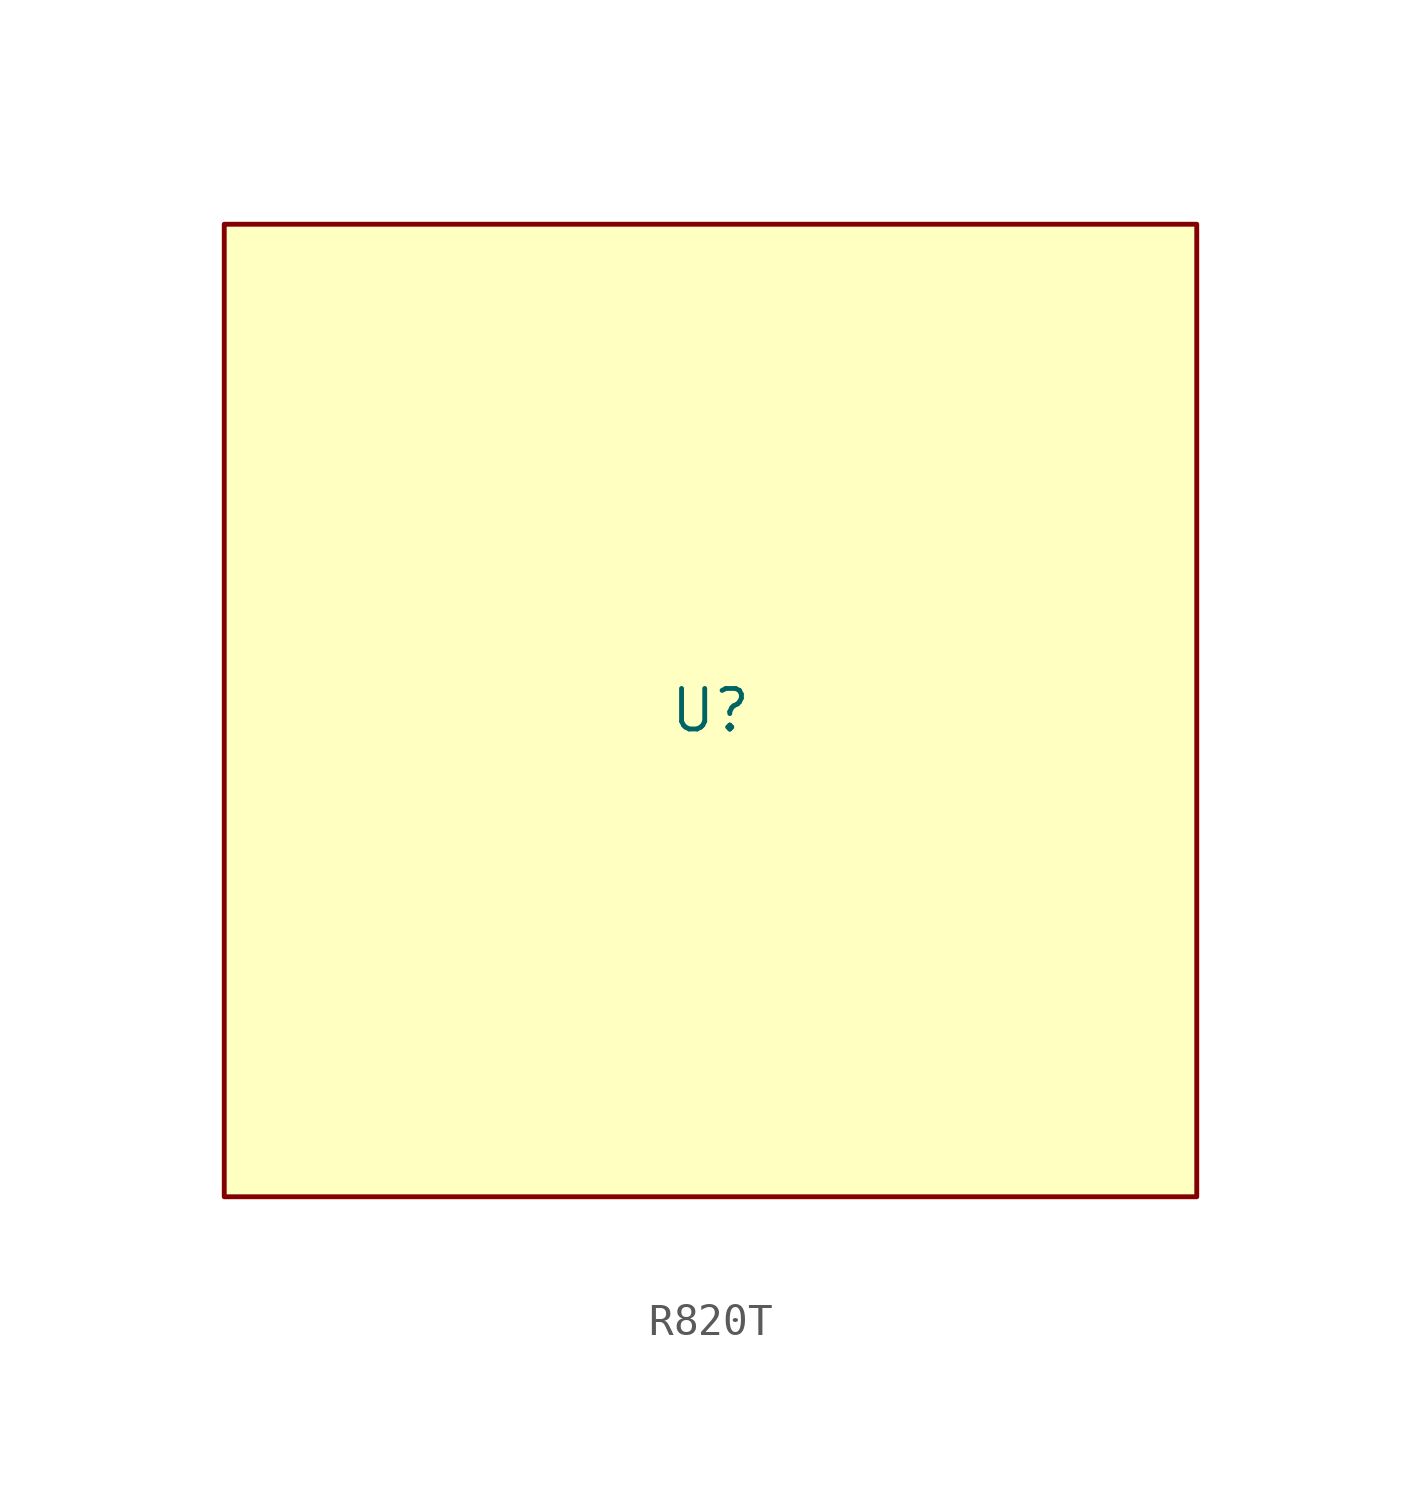
<source format=kicad_sym>
(kicad_symbol_lib
  (version 20241209)
  (generator "kicad_symbol_editor")
  (generator_version "9.0")
  (symbol "R820T"
    (property "Reference" "U"
      (at 0 0 0)
      (effects (font (size 1.27 1.27))))
    (property "Value" ""
      (at 0 0 0)
      (effects (font (size 1.27 1.27))))
    (symbol "R820T_1_1"
      (rectangle (start -15.24 15.24) (end 15.24 -15.24) (stroke (width 0) (type solid)) (fill (type background))))))
</source>
